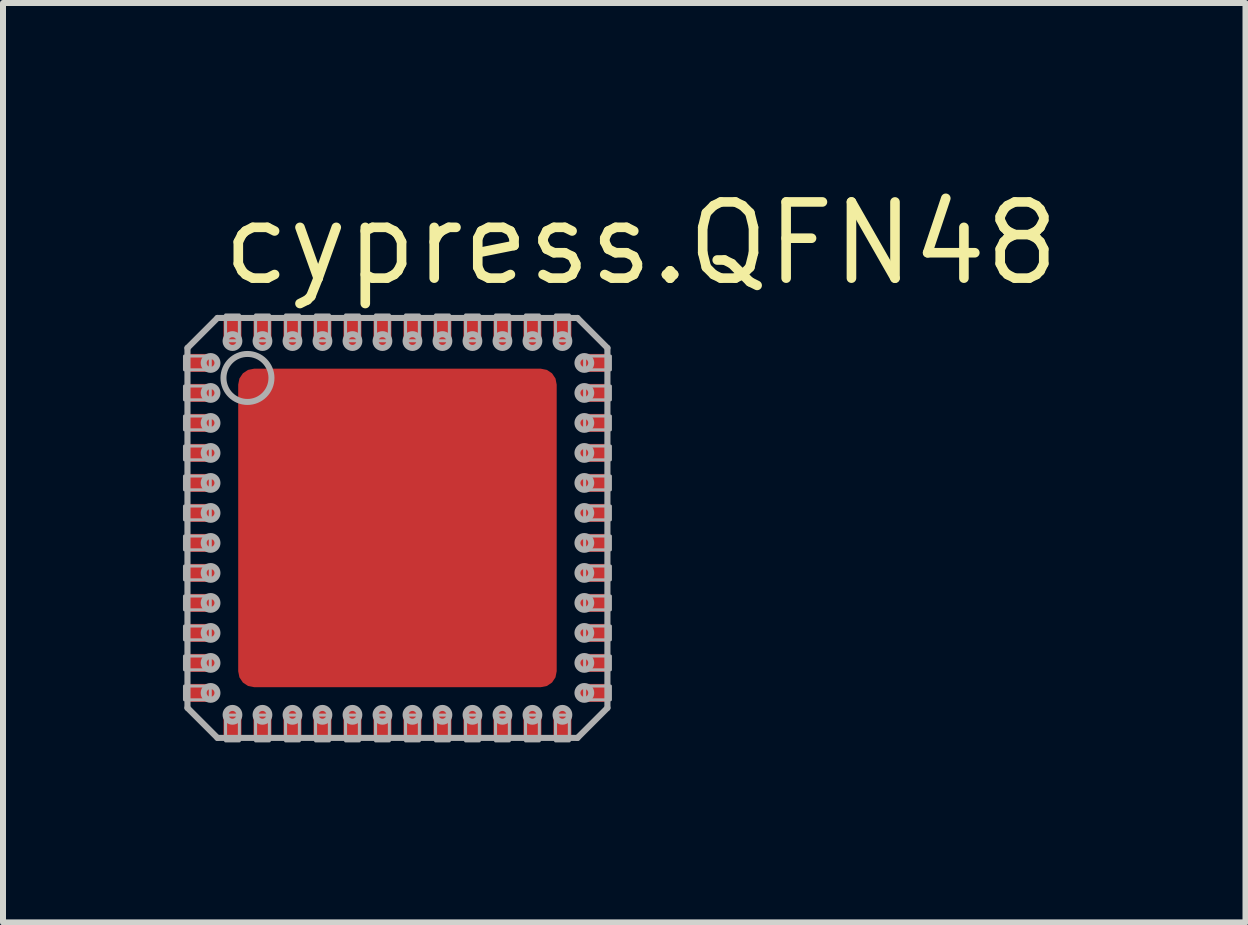
<source format=kicad_pcb>
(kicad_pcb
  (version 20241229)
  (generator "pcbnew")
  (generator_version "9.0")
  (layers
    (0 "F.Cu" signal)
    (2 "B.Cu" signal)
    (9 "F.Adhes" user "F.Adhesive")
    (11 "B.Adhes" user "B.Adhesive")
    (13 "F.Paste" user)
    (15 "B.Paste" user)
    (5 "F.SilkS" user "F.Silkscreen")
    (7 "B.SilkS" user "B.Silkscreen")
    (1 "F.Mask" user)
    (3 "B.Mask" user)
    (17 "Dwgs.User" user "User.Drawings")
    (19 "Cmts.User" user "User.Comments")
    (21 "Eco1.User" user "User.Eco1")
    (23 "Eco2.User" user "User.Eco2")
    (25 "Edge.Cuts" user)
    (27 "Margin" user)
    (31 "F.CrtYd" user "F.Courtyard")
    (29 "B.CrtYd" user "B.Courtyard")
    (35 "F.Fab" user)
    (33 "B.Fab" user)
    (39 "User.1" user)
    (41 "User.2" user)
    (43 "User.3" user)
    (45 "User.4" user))
  (footprint "cypress.QFN48"
    (layer "F.Cu")
    (at 3.575 5.75)
    (property "Reference" "cypress.QFN48" (at -3 -4 0) (layer "F.SilkS") (effects (font (size 1.27 1.27) (thickness 0.16)) (justify left bottom)))
    (attr smd)
    (fp_line (start -3.495 -2.845) (end -3.055 -2.845) (stroke (width 0.102) (type default)) (layer "F.Mask"))
    (fp_line (start -3.495 -2.655) (end -3.495 -2.845) (stroke (width 0.102) (type default)) (layer "F.Mask"))
    (fp_line (start -3.495 -2.345) (end -3.055 -2.345) (stroke (width 0.102) (type default)) (layer "F.Mask"))
    (fp_line (start -3.495 -2.155) (end -3.495 -2.345) (stroke (width 0.102) (type default)) (layer "F.Mask"))
    (fp_line (start -3.495 -1.845) (end -3.055 -1.845) (stroke (width 0.102) (type default)) (layer "F.Mask"))
    (fp_line (start -3.495 -1.655) (end -3.495 -1.845) (stroke (width 0.102) (type default)) (layer "F.Mask"))
    (fp_line (start -3.495 -1.345) (end -3.055 -1.345) (stroke (width 0.102) (type default)) (layer "F.Mask"))
    (fp_line (start -3.495 -1.155) (end -3.495 -1.345) (stroke (width 0.102) (type default)) (layer "F.Mask"))
    (fp_line (start -3.495 -0.845) (end -3.055 -0.845) (stroke (width 0.102) (type default)) (layer "F.Mask"))
    (fp_line (start -3.495 -0.655) (end -3.495 -0.845) (stroke (width 0.102) (type default)) (layer "F.Mask"))
    (fp_line (start -3.495 -0.345) (end -3.055 -0.345) (stroke (width 0.102) (type default)) (layer "F.Mask"))
    (fp_line (start -3.495 -0.155) (end -3.495 -0.345) (stroke (width 0.102) (type default)) (layer "F.Mask"))
    (fp_line (start -3.495 0.155) (end -3.055 0.155) (stroke (width 0.102) (type default)) (layer "F.Mask"))
    (fp_line (start -3.495 0.345) (end -3.495 0.155) (stroke (width 0.102) (type default)) (layer "F.Mask"))
    (fp_line (start -3.495 0.655) (end -3.055 0.655) (stroke (width 0.102) (type default)) (layer "F.Mask"))
    (fp_line (start -3.495 0.845) (end -3.495 0.655) (stroke (width 0.102) (type default)) (layer "F.Mask"))
    (fp_line (start -3.495 1.155) (end -3.055 1.155) (stroke (width 0.102) (type default)) (layer "F.Mask"))
    (fp_line (start -3.495 1.345) (end -3.495 1.155) (stroke (width 0.102) (type default)) (layer "F.Mask"))
    (fp_line (start -3.495 1.655) (end -3.055 1.655) (stroke (width 0.102) (type default)) (layer "F.Mask"))
    (fp_line (start -3.495 1.845) (end -3.495 1.655) (stroke (width 0.102) (type default)) (layer "F.Mask"))
    (fp_line (start -3.495 2.155) (end -3.055 2.155) (stroke (width 0.102) (type default)) (layer "F.Mask"))
    (fp_line (start -3.495 2.345) (end -3.495 2.155) (stroke (width 0.102) (type default)) (layer "F.Mask"))
    (fp_line (start -3.495 2.655) (end -3.055 2.655) (stroke (width 0.102) (type default)) (layer "F.Mask"))
    (fp_line (start -3.495 2.845) (end -3.495 2.655) (stroke (width 0.102) (type default)) (layer "F.Mask"))
    (fp_line (start -3.445 -2.75) (end -3.105 -2.75) (stroke (width 0.102) (type default)) (layer "F.Mask"))
    (fp_line (start -3.445 -2.25) (end -3.105 -2.25) (stroke (width 0.102) (type default)) (layer "F.Mask"))
    (fp_line (start -3.445 -1.75) (end -3.105 -1.75) (stroke (width 0.102) (type default)) (layer "F.Mask"))
    (fp_line (start -3.445 -1.25) (end -3.105 -1.25) (stroke (width 0.102) (type default)) (layer "F.Mask"))
    (fp_line (start -3.445 -0.75) (end -3.105 -0.75) (stroke (width 0.102) (type default)) (layer "F.Mask"))
    (fp_line (start -3.445 -0.25) (end -3.105 -0.25) (stroke (width 0.102) (type default)) (layer "F.Mask"))
    (fp_line (start -3.445 0.25) (end -3.105 0.25) (stroke (width 0.102) (type default)) (layer "F.Mask"))
    (fp_line (start -3.445 0.75) (end -3.105 0.75) (stroke (width 0.102) (type default)) (layer "F.Mask"))
    (fp_line (start -3.445 1.25) (end -3.105 1.25) (stroke (width 0.102) (type default)) (layer "F.Mask"))
    (fp_line (start -3.445 1.75) (end -3.105 1.75) (stroke (width 0.102) (type default)) (layer "F.Mask"))
    (fp_line (start -3.445 2.25) (end -3.105 2.25) (stroke (width 0.102) (type default)) (layer "F.Mask"))
    (fp_line (start -3.445 2.75) (end -3.105 2.75) (stroke (width 0.102) (type default)) (layer "F.Mask"))
    (fp_line (start -3.055 -2.845) (end -3.055 -2.655) (stroke (width 0.102) (type default)) (layer "F.Mask"))
    (fp_line (start -3.055 -2.655) (end -3.495 -2.655) (stroke (width 0.102) (type default)) (layer "F.Mask"))
    (fp_line (start -3.055 -2.345) (end -3.055 -2.155) (stroke (width 0.102) (type default)) (layer "F.Mask"))
    (fp_line (start -3.055 -2.155) (end -3.495 -2.155) (stroke (width 0.102) (type default)) (layer "F.Mask"))
    (fp_line (start -3.055 -1.845) (end -3.055 -1.655) (stroke (width 0.102) (type default)) (layer "F.Mask"))
    (fp_line (start -3.055 -1.655) (end -3.495 -1.655) (stroke (width 0.102) (type default)) (layer "F.Mask"))
    (fp_line (start -3.055 -1.345) (end -3.055 -1.155) (stroke (width 0.102) (type default)) (layer "F.Mask"))
    (fp_line (start -3.055 -1.155) (end -3.495 -1.155) (stroke (width 0.102) (type default)) (layer "F.Mask"))
    (fp_line (start -3.055 -0.845) (end -3.055 -0.655) (stroke (width 0.102) (type default)) (layer "F.Mask"))
    (fp_line (start -3.055 -0.655) (end -3.495 -0.655) (stroke (width 0.102) (type default)) (layer "F.Mask"))
    (fp_line (start -3.055 -0.345) (end -3.055 -0.155) (stroke (width 0.102) (type default)) (layer "F.Mask"))
    (fp_line (start -3.055 -0.155) (end -3.495 -0.155) (stroke (width 0.102) (type default)) (layer "F.Mask"))
    (fp_line (start -3.055 0.155) (end -3.055 0.345) (stroke (width 0.102) (type default)) (layer "F.Mask"))
    (fp_line (start -3.055 0.345) (end -3.495 0.345) (stroke (width 0.102) (type default)) (layer "F.Mask"))
    (fp_line (start -3.055 0.655) (end -3.055 0.845) (stroke (width 0.102) (type default)) (layer "F.Mask"))
    (fp_line (start -3.055 0.845) (end -3.495 0.845) (stroke (width 0.102) (type default)) (layer "F.Mask"))
    (fp_line (start -3.055 1.155) (end -3.055 1.345) (stroke (width 0.102) (type default)) (layer "F.Mask"))
    (fp_line (start -3.055 1.345) (end -3.495 1.345) (stroke (width 0.102) (type default)) (layer "F.Mask"))
    (fp_line (start -3.055 1.655) (end -3.055 1.845) (stroke (width 0.102) (type default)) (layer "F.Mask"))
    (fp_line (start -3.055 1.845) (end -3.495 1.845) (stroke (width 0.102) (type default)) (layer "F.Mask"))
    (fp_line (start -3.055 2.155) (end -3.055 2.345) (stroke (width 0.102) (type default)) (layer "F.Mask"))
    (fp_line (start -3.055 2.345) (end -3.495 2.345) (stroke (width 0.102) (type default)) (layer "F.Mask"))
    (fp_line (start -3.055 2.655) (end -3.055 2.845) (stroke (width 0.102) (type default)) (layer "F.Mask"))
    (fp_line (start -3.055 2.845) (end -3.495 2.845) (stroke (width 0.102) (type default)) (layer "F.Mask"))
    (fp_line (start -2.845 -3.495) (end -2.655 -3.495) (stroke (width 0.102) (type default)) (layer "F.Mask"))
    (fp_line (start -2.845 -3.055) (end -2.845 -3.495) (stroke (width 0.102) (type default)) (layer "F.Mask"))
    (fp_line (start -2.845 3.055) (end -2.655 3.055) (stroke (width 0.102) (type default)) (layer "F.Mask"))
    (fp_line (start -2.845 3.495) (end -2.845 3.055) (stroke (width 0.102) (type default)) (layer "F.Mask"))
    (fp_line (start -2.75 -3.445) (end -2.75 -3.105) (stroke (width 0.102) (type default)) (layer "F.Mask"))
    (fp_line (start -2.75 3.445) (end -2.75 3.105) (stroke (width 0.102) (type default)) (layer "F.Mask"))
    (fp_line (start -2.655 -3.495) (end -2.655 -3.055) (stroke (width 0.102) (type default)) (layer "F.Mask"))
    (fp_line (start -2.655 -3.055) (end -2.845 -3.055) (stroke (width 0.102) (type default)) (layer "F.Mask"))
    (fp_line (start -2.655 3.055) (end -2.655 3.495) (stroke (width 0.102) (type default)) (layer "F.Mask"))
    (fp_line (start -2.655 3.495) (end -2.845 3.495) (stroke (width 0.102) (type default)) (layer "F.Mask"))
    (fp_line (start -2.345 -3.495) (end -2.155 -3.495) (stroke (width 0.102) (type default)) (layer "F.Mask"))
    (fp_line (start -2.345 -3.055) (end -2.345 -3.495) (stroke (width 0.102) (type default)) (layer "F.Mask"))
    (fp_line (start -2.345 3.055) (end -2.155 3.055) (stroke (width 0.102) (type default)) (layer "F.Mask"))
    (fp_line (start -2.345 3.495) (end -2.345 3.055) (stroke (width 0.102) (type default)) (layer "F.Mask"))
    (fp_line (start -2.25 -3.445) (end -2.25 -3.105) (stroke (width 0.102) (type default)) (layer "F.Mask"))
    (fp_line (start -2.25 3.445) (end -2.25 3.105) (stroke (width 0.102) (type default)) (layer "F.Mask"))
    (fp_line (start -2.155 -3.495) (end -2.155 -3.055) (stroke (width 0.102) (type default)) (layer "F.Mask"))
    (fp_line (start -2.155 -3.055) (end -2.345 -3.055) (stroke (width 0.102) (type default)) (layer "F.Mask"))
    (fp_line (start -2.155 3.055) (end -2.155 3.495) (stroke (width 0.102) (type default)) (layer "F.Mask"))
    (fp_line (start -2.155 3.495) (end -2.345 3.495) (stroke (width 0.102) (type default)) (layer "F.Mask"))
    (fp_line (start -1.845 -3.495) (end -1.655 -3.495) (stroke (width 0.102) (type default)) (layer "F.Mask"))
    (fp_line (start -1.845 -3.055) (end -1.845 -3.495) (stroke (width 0.102) (type default)) (layer "F.Mask"))
    (fp_line (start -1.845 3.055) (end -1.655 3.055) (stroke (width 0.102) (type default)) (layer "F.Mask"))
    (fp_line (start -1.845 3.495) (end -1.845 3.055) (stroke (width 0.102) (type default)) (layer "F.Mask"))
    (fp_line (start -1.75 -3.445) (end -1.75 -3.105) (stroke (width 0.102) (type default)) (layer "F.Mask"))
    (fp_line (start -1.75 3.445) (end -1.75 3.105) (stroke (width 0.102) (type default)) (layer "F.Mask"))
    (fp_line (start -1.655 -3.495) (end -1.655 -3.055) (stroke (width 0.102) (type default)) (layer "F.Mask"))
    (fp_line (start -1.655 -3.055) (end -1.845 -3.055) (stroke (width 0.102) (type default)) (layer "F.Mask"))
    (fp_line (start -1.655 3.055) (end -1.655 3.495) (stroke (width 0.102) (type default)) (layer "F.Mask"))
    (fp_line (start -1.655 3.495) (end -1.845 3.495) (stroke (width 0.102) (type default)) (layer "F.Mask"))
    (fp_line (start -1.345 -3.495) (end -1.155 -3.495) (stroke (width 0.102) (type default)) (layer "F.Mask"))
    (fp_line (start -1.345 -3.055) (end -1.345 -3.495) (stroke (width 0.102) (type default)) (layer "F.Mask"))
    (fp_line (start -1.345 3.055) (end -1.155 3.055) (stroke (width 0.102) (type default)) (layer "F.Mask"))
    (fp_line (start -1.345 3.495) (end -1.345 3.055) (stroke (width 0.102) (type default)) (layer "F.Mask"))
    (fp_line (start -1.25 -3.445) (end -1.25 -3.105) (stroke (width 0.102) (type default)) (layer "F.Mask"))
    (fp_line (start -1.25 3.445) (end -1.25 3.105) (stroke (width 0.102) (type default)) (layer "F.Mask"))
    (fp_line (start -1.155 -3.495) (end -1.155 -3.055) (stroke (width 0.102) (type default)) (layer "F.Mask"))
    (fp_line (start -1.155 -3.055) (end -1.345 -3.055) (stroke (width 0.102) (type default)) (layer "F.Mask"))
    (fp_line (start -1.155 3.055) (end -1.155 3.495) (stroke (width 0.102) (type default)) (layer "F.Mask"))
    (fp_line (start -1.155 3.495) (end -1.345 3.495) (stroke (width 0.102) (type default)) (layer "F.Mask"))
    (fp_line (start -0.845 -3.495) (end -0.655 -3.495) (stroke (width 0.102) (type default)) (layer "F.Mask"))
    (fp_line (start -0.845 -3.055) (end -0.845 -3.495) (stroke (width 0.102) (type default)) (layer "F.Mask"))
    (fp_line (start -0.845 3.055) (end -0.655 3.055) (stroke (width 0.102) (type default)) (layer "F.Mask"))
    (fp_line (start -0.845 3.495) (end -0.845 3.055) (stroke (width 0.102) (type default)) (layer "F.Mask"))
    (fp_line (start -0.75 -3.445) (end -0.75 -3.105) (stroke (width 0.102) (type default)) (layer "F.Mask"))
    (fp_line (start -0.75 3.445) (end -0.75 3.105) (stroke (width 0.102) (type default)) (layer "F.Mask"))
    (fp_line (start -0.655 -3.495) (end -0.655 -3.055) (stroke (width 0.102) (type default)) (layer "F.Mask"))
    (fp_line (start -0.655 -3.055) (end -0.845 -3.055) (stroke (width 0.102) (type default)) (layer "F.Mask"))
    (fp_line (start -0.655 3.055) (end -0.655 3.495) (stroke (width 0.102) (type default)) (layer "F.Mask"))
    (fp_line (start -0.655 3.495) (end -0.845 3.495) (stroke (width 0.102) (type default)) (layer "F.Mask"))
    (fp_line (start -0.345 -3.495) (end -0.155 -3.495) (stroke (width 0.102) (type default)) (layer "F.Mask"))
    (fp_line (start -0.345 -3.055) (end -0.345 -3.495) (stroke (width 0.102) (type default)) (layer "F.Mask"))
    (fp_line (start -0.345 3.055) (end -0.155 3.055) (stroke (width 0.102) (type default)) (layer "F.Mask"))
    (fp_line (start -0.345 3.495) (end -0.345 3.055) (stroke (width 0.102) (type default)) (layer "F.Mask"))
    (fp_line (start -0.25 -3.445) (end -0.25 -3.105) (stroke (width 0.102) (type default)) (layer "F.Mask"))
    (fp_line (start -0.25 3.445) (end -0.25 3.105) (stroke (width 0.102) (type default)) (layer "F.Mask"))
    (fp_line (start -0.155 -3.495) (end -0.155 -3.055) (stroke (width 0.102) (type default)) (layer "F.Mask"))
    (fp_line (start -0.155 -3.055) (end -0.345 -3.055) (stroke (width 0.102) (type default)) (layer "F.Mask"))
    (fp_line (start -0.155 3.055) (end -0.155 3.495) (stroke (width 0.102) (type default)) (layer "F.Mask"))
    (fp_line (start -0.155 3.495) (end -0.345 3.495) (stroke (width 0.102) (type default)) (layer "F.Mask"))
    (fp_line (start 0.155 -3.495) (end 0.345 -3.495) (stroke (width 0.102) (type default)) (layer "F.Mask"))
    (fp_line (start 0.155 -3.055) (end 0.155 -3.495) (stroke (width 0.102) (type default)) (layer "F.Mask"))
    (fp_line (start 0.155 3.055) (end 0.345 3.055) (stroke (width 0.102) (type default)) (layer "F.Mask"))
    (fp_line (start 0.155 3.495) (end 0.155 3.055) (stroke (width 0.102) (type default)) (layer "F.Mask"))
    (fp_line (start 0.25 -3.445) (end 0.25 -3.105) (stroke (width 0.102) (type default)) (layer "F.Mask"))
    (fp_line (start 0.25 3.445) (end 0.25 3.105) (stroke (width 0.102) (type default)) (layer "F.Mask"))
    (fp_line (start 0.345 -3.495) (end 0.345 -3.055) (stroke (width 0.102) (type default)) (layer "F.Mask"))
    (fp_line (start 0.345 -3.055) (end 0.155 -3.055) (stroke (width 0.102) (type default)) (layer "F.Mask"))
    (fp_line (start 0.345 3.055) (end 0.345 3.495) (stroke (width 0.102) (type default)) (layer "F.Mask"))
    (fp_line (start 0.345 3.495) (end 0.155 3.495) (stroke (width 0.102) (type default)) (layer "F.Mask"))
    (fp_line (start 0.655 -3.495) (end 0.845 -3.495) (stroke (width 0.102) (type default)) (layer "F.Mask"))
    (fp_line (start 0.655 -3.055) (end 0.655 -3.495) (stroke (width 0.102) (type default)) (layer "F.Mask"))
    (fp_line (start 0.655 3.055) (end 0.845 3.055) (stroke (width 0.102) (type default)) (layer "F.Mask"))
    (fp_line (start 0.655 3.495) (end 0.655 3.055) (stroke (width 0.102) (type default)) (layer "F.Mask"))
    (fp_line (start 0.75 -3.445) (end 0.75 -3.105) (stroke (width 0.102) (type default)) (layer "F.Mask"))
    (fp_line (start 0.75 3.445) (end 0.75 3.105) (stroke (width 0.102) (type default)) (layer "F.Mask"))
    (fp_line (start 0.845 -3.495) (end 0.845 -3.055) (stroke (width 0.102) (type default)) (layer "F.Mask"))
    (fp_line (start 0.845 -3.055) (end 0.655 -3.055) (stroke (width 0.102) (type default)) (layer "F.Mask"))
    (fp_line (start 0.845 3.055) (end 0.845 3.495) (stroke (width 0.102) (type default)) (layer "F.Mask"))
    (fp_line (start 0.845 3.495) (end 0.655 3.495) (stroke (width 0.102) (type default)) (layer "F.Mask"))
    (fp_line (start 1.155 -3.495) (end 1.345 -3.495) (stroke (width 0.102) (type default)) (layer "F.Mask"))
    (fp_line (start 1.155 -3.055) (end 1.155 -3.495) (stroke (width 0.102) (type default)) (layer "F.Mask"))
    (fp_line (start 1.155 3.055) (end 1.345 3.055) (stroke (width 0.102) (type default)) (layer "F.Mask"))
    (fp_line (start 1.155 3.495) (end 1.155 3.055) (stroke (width 0.102) (type default)) (layer "F.Mask"))
    (fp_line (start 1.25 -3.445) (end 1.25 -3.105) (stroke (width 0.102) (type default)) (layer "F.Mask"))
    (fp_line (start 1.25 3.445) (end 1.25 3.105) (stroke (width 0.102) (type default)) (layer "F.Mask"))
    (fp_line (start 1.345 -3.495) (end 1.345 -3.055) (stroke (width 0.102) (type default)) (layer "F.Mask"))
    (fp_line (start 1.345 -3.055) (end 1.155 -3.055) (stroke (width 0.102) (type default)) (layer "F.Mask"))
    (fp_line (start 1.345 3.055) (end 1.345 3.495) (stroke (width 0.102) (type default)) (layer "F.Mask"))
    (fp_line (start 1.345 3.495) (end 1.155 3.495) (stroke (width 0.102) (type default)) (layer "F.Mask"))
    (fp_line (start 1.655 -3.495) (end 1.845 -3.495) (stroke (width 0.102) (type default)) (layer "F.Mask"))
    (fp_line (start 1.655 -3.055) (end 1.655 -3.495) (stroke (width 0.102) (type default)) (layer "F.Mask"))
    (fp_line (start 1.655 3.055) (end 1.845 3.055) (stroke (width 0.102) (type default)) (layer "F.Mask"))
    (fp_line (start 1.655 3.495) (end 1.655 3.055) (stroke (width 0.102) (type default)) (layer "F.Mask"))
    (fp_line (start 1.75 -3.445) (end 1.75 -3.105) (stroke (width 0.102) (type default)) (layer "F.Mask"))
    (fp_line (start 1.75 3.445) (end 1.75 3.105) (stroke (width 0.102) (type default)) (layer "F.Mask"))
    (fp_line (start 1.845 -3.495) (end 1.845 -3.055) (stroke (width 0.102) (type default)) (layer "F.Mask"))
    (fp_line (start 1.845 -3.055) (end 1.655 -3.055) (stroke (width 0.102) (type default)) (layer "F.Mask"))
    (fp_line (start 1.845 3.055) (end 1.845 3.495) (stroke (width 0.102) (type default)) (layer "F.Mask"))
    (fp_line (start 1.845 3.495) (end 1.655 3.495) (stroke (width 0.102) (type default)) (layer "F.Mask"))
    (fp_line (start 2.155 -3.495) (end 2.345 -3.495) (stroke (width 0.102) (type default)) (layer "F.Mask"))
    (fp_line (start 2.155 -3.055) (end 2.155 -3.495) (stroke (width 0.102) (type default)) (layer "F.Mask"))
    (fp_line (start 2.155 3.055) (end 2.345 3.055) (stroke (width 0.102) (type default)) (layer "F.Mask"))
    (fp_line (start 2.155 3.495) (end 2.155 3.055) (stroke (width 0.102) (type default)) (layer "F.Mask"))
    (fp_line (start 2.25 -3.445) (end 2.25 -3.105) (stroke (width 0.102) (type default)) (layer "F.Mask"))
    (fp_line (start 2.25 3.445) (end 2.25 3.105) (stroke (width 0.102) (type default)) (layer "F.Mask"))
    (fp_line (start 2.345 -3.495) (end 2.345 -3.055) (stroke (width 0.102) (type default)) (layer "F.Mask"))
    (fp_line (start 2.345 -3.055) (end 2.155 -3.055) (stroke (width 0.102) (type default)) (layer "F.Mask"))
    (fp_line (start 2.345 3.055) (end 2.345 3.495) (stroke (width 0.102) (type default)) (layer "F.Mask"))
    (fp_line (start 2.345 3.495) (end 2.155 3.495) (stroke (width 0.102) (type default)) (layer "F.Mask"))
    (fp_line (start 2.655 -3.495) (end 2.845 -3.495) (stroke (width 0.102) (type default)) (layer "F.Mask"))
    (fp_line (start 2.655 -3.055) (end 2.655 -3.495) (stroke (width 0.102) (type default)) (layer "F.Mask"))
    (fp_line (start 2.655 3.055) (end 2.845 3.055) (stroke (width 0.102) (type default)) (layer "F.Mask"))
    (fp_line (start 2.655 3.495) (end 2.655 3.055) (stroke (width 0.102) (type default)) (layer "F.Mask"))
    (fp_line (start 2.75 -3.445) (end 2.75 -3.105) (stroke (width 0.102) (type default)) (layer "F.Mask"))
    (fp_line (start 2.75 3.445) (end 2.75 3.105) (stroke (width 0.102) (type default)) (layer "F.Mask"))
    (fp_line (start 2.845 -3.495) (end 2.845 -3.055) (stroke (width 0.102) (type default)) (layer "F.Mask"))
    (fp_line (start 2.845 -3.055) (end 2.655 -3.055) (stroke (width 0.102) (type default)) (layer "F.Mask"))
    (fp_line (start 2.845 3.055) (end 2.845 3.495) (stroke (width 0.102) (type default)) (layer "F.Mask"))
    (fp_line (start 2.845 3.495) (end 2.655 3.495) (stroke (width 0.102) (type default)) (layer "F.Mask"))
    (fp_line (start 3.055 -2.845) (end 3.495 -2.845) (stroke (width 0.102) (type default)) (layer "F.Mask"))
    (fp_line (start 3.055 -2.655) (end 3.055 -2.845) (stroke (width 0.102) (type default)) (layer "F.Mask"))
    (fp_line (start 3.055 -2.345) (end 3.495 -2.345) (stroke (width 0.102) (type default)) (layer "F.Mask"))
    (fp_line (start 3.055 -2.155) (end 3.055 -2.345) (stroke (width 0.102) (type default)) (layer "F.Mask"))
    (fp_line (start 3.055 -1.845) (end 3.495 -1.845) (stroke (width 0.102) (type default)) (layer "F.Mask"))
    (fp_line (start 3.055 -1.655) (end 3.055 -1.845) (stroke (width 0.102) (type default)) (layer "F.Mask"))
    (fp_line (start 3.055 -1.345) (end 3.495 -1.345) (stroke (width 0.102) (type default)) (layer "F.Mask"))
    (fp_line (start 3.055 -1.155) (end 3.055 -1.345) (stroke (width 0.102) (type default)) (layer "F.Mask"))
    (fp_line (start 3.055 -0.845) (end 3.495 -0.845) (stroke (width 0.102) (type default)) (layer "F.Mask"))
    (fp_line (start 3.055 -0.655) (end 3.055 -0.845) (stroke (width 0.102) (type default)) (layer "F.Mask"))
    (fp_line (start 3.055 -0.345) (end 3.495 -0.345) (stroke (width 0.102) (type default)) (layer "F.Mask"))
    (fp_line (start 3.055 -0.155) (end 3.055 -0.345) (stroke (width 0.102) (type default)) (layer "F.Mask"))
    (fp_line (start 3.055 0.155) (end 3.495 0.155) (stroke (width 0.102) (type default)) (layer "F.Mask"))
    (fp_line (start 3.055 0.345) (end 3.055 0.155) (stroke (width 0.102) (type default)) (layer "F.Mask"))
    (fp_line (start 3.055 0.655) (end 3.495 0.655) (stroke (width 0.102) (type default)) (layer "F.Mask"))
    (fp_line (start 3.055 0.845) (end 3.055 0.655) (stroke (width 0.102) (type default)) (layer "F.Mask"))
    (fp_line (start 3.055 1.155) (end 3.495 1.155) (stroke (width 0.102) (type default)) (layer "F.Mask"))
    (fp_line (start 3.055 1.345) (end 3.055 1.155) (stroke (width 0.102) (type default)) (layer "F.Mask"))
    (fp_line (start 3.055 1.655) (end 3.495 1.655) (stroke (width 0.102) (type default)) (layer "F.Mask"))
    (fp_line (start 3.055 1.845) (end 3.055 1.655) (stroke (width 0.102) (type default)) (layer "F.Mask"))
    (fp_line (start 3.055 2.155) (end 3.495 2.155) (stroke (width 0.102) (type default)) (layer "F.Mask"))
    (fp_line (start 3.055 2.345) (end 3.055 2.155) (stroke (width 0.102) (type default)) (layer "F.Mask"))
    (fp_line (start 3.055 2.655) (end 3.495 2.655) (stroke (width 0.102) (type default)) (layer "F.Mask"))
    (fp_line (start 3.055 2.845) (end 3.055 2.655) (stroke (width 0.102) (type default)) (layer "F.Mask"))
    (fp_line (start 3.445 -2.75) (end 3.105 -2.75) (stroke (width 0.102) (type default)) (layer "F.Mask"))
    (fp_line (start 3.445 -2.25) (end 3.105 -2.25) (stroke (width 0.102) (type default)) (layer "F.Mask"))
    (fp_line (start 3.445 -1.75) (end 3.105 -1.75) (stroke (width 0.102) (type default)) (layer "F.Mask"))
    (fp_line (start 3.445 -1.25) (end 3.105 -1.25) (stroke (width 0.102) (type default)) (layer "F.Mask"))
    (fp_line (start 3.445 -0.75) (end 3.105 -0.75) (stroke (width 0.102) (type default)) (layer "F.Mask"))
    (fp_line (start 3.445 -0.25) (end 3.105 -0.25) (stroke (width 0.102) (type default)) (layer "F.Mask"))
    (fp_line (start 3.445 0.25) (end 3.105 0.25) (stroke (width 0.102) (type default)) (layer "F.Mask"))
    (fp_line (start 3.445 0.75) (end 3.105 0.75) (stroke (width 0.102) (type default)) (layer "F.Mask"))
    (fp_line (start 3.445 1.25) (end 3.105 1.25) (stroke (width 0.102) (type default)) (layer "F.Mask"))
    (fp_line (start 3.445 1.75) (end 3.105 1.75) (stroke (width 0.102) (type default)) (layer "F.Mask"))
    (fp_line (start 3.445 2.25) (end 3.105 2.25) (stroke (width 0.102) (type default)) (layer "F.Mask"))
    (fp_line (start 3.445 2.75) (end 3.105 2.75) (stroke (width 0.102) (type default)) (layer "F.Mask"))
    (fp_line (start 3.495 -2.845) (end 3.495 -2.655) (stroke (width 0.102) (type default)) (layer "F.Mask"))
    (fp_line (start 3.495 -2.655) (end 3.055 -2.655) (stroke (width 0.102) (type default)) (layer "F.Mask"))
    (fp_line (start 3.495 -2.345) (end 3.495 -2.155) (stroke (width 0.102) (type default)) (layer "F.Mask"))
    (fp_line (start 3.495 -2.155) (end 3.055 -2.155) (stroke (width 0.102) (type default)) (layer "F.Mask"))
    (fp_line (start 3.495 -1.845) (end 3.495 -1.655) (stroke (width 0.102) (type default)) (layer "F.Mask"))
    (fp_line (start 3.495 -1.655) (end 3.055 -1.655) (stroke (width 0.102) (type default)) (layer "F.Mask"))
    (fp_line (start 3.495 -1.345) (end 3.495 -1.155) (stroke (width 0.102) (type default)) (layer "F.Mask"))
    (fp_line (start 3.495 -1.155) (end 3.055 -1.155) (stroke (width 0.102) (type default)) (layer "F.Mask"))
    (fp_line (start 3.495 -0.845) (end 3.495 -0.655) (stroke (width 0.102) (type default)) (layer "F.Mask"))
    (fp_line (start 3.495 -0.655) (end 3.055 -0.655) (stroke (width 0.102) (type default)) (layer "F.Mask"))
    (fp_line (start 3.495 -0.345) (end 3.495 -0.155) (stroke (width 0.102) (type default)) (layer "F.Mask"))
    (fp_line (start 3.495 -0.155) (end 3.055 -0.155) (stroke (width 0.102) (type default)) (layer "F.Mask"))
    (fp_line (start 3.495 0.155) (end 3.495 0.345) (stroke (width 0.102) (type default)) (layer "F.Mask"))
    (fp_line (start 3.495 0.345) (end 3.055 0.345) (stroke (width 0.102) (type default)) (layer "F.Mask"))
    (fp_line (start 3.495 0.655) (end 3.495 0.845) (stroke (width 0.102) (type default)) (layer "F.Mask"))
    (fp_line (start 3.495 0.845) (end 3.055 0.845) (stroke (width 0.102) (type default)) (layer "F.Mask"))
    (fp_line (start 3.495 1.155) (end 3.495 1.345) (stroke (width 0.102) (type default)) (layer "F.Mask"))
    (fp_line (start 3.495 1.345) (end 3.055 1.345) (stroke (width 0.102) (type default)) (layer "F.Mask"))
    (fp_line (start 3.495 1.655) (end 3.495 1.845) (stroke (width 0.102) (type default)) (layer "F.Mask"))
    (fp_line (start 3.495 1.845) (end 3.055 1.845) (stroke (width 0.102) (type default)) (layer "F.Mask"))
    (fp_line (start 3.495 2.155) (end 3.495 2.345) (stroke (width 0.102) (type default)) (layer "F.Mask"))
    (fp_line (start 3.495 2.345) (end 3.055 2.345) (stroke (width 0.102) (type default)) (layer "F.Mask"))
    (fp_line (start 3.495 2.655) (end 3.495 2.845) (stroke (width 0.102) (type default)) (layer "F.Mask"))
    (fp_line (start 3.495 2.845) (end 3.055 2.845) (stroke (width 0.102) (type default)) (layer "F.Mask"))
    (fp_rect (start -2.54 2.54) (end 2.54 -2.54) (stroke (width 0.05) (type default)) (fill yes) (layer "F.Mask"))
    (fp_line (start -3.49 -2.84) (end -3.06 -2.84) (stroke (width 0.102) (type default)) (layer "F.Paste"))
    (fp_line (start -3.49 -2.66) (end -3.49 -2.84) (stroke (width 0.102) (type default)) (layer "F.Paste"))
    (fp_line (start -3.49 -2.34) (end -3.06 -2.34) (stroke (width 0.102) (type default)) (layer "F.Paste"))
    (fp_line (start -3.49 -2.16) (end -3.49 -2.34) (stroke (width 0.102) (type default)) (layer "F.Paste"))
    (fp_line (start -3.49 -1.84) (end -3.06 -1.84) (stroke (width 0.102) (type default)) (layer "F.Paste"))
    (fp_line (start -3.49 -1.66) (end -3.49 -1.84) (stroke (width 0.102) (type default)) (layer "F.Paste"))
    (fp_line (start -3.49 -1.34) (end -3.06 -1.34) (stroke (width 0.102) (type default)) (layer "F.Paste"))
    (fp_line (start -3.49 -1.16) (end -3.49 -1.34) (stroke (width 0.102) (type default)) (layer "F.Paste"))
    (fp_line (start -3.49 -0.84) (end -3.06 -0.84) (stroke (width 0.102) (type default)) (layer "F.Paste"))
    (fp_line (start -3.49 -0.66) (end -3.49 -0.84) (stroke (width 0.102) (type default)) (layer "F.Paste"))
    (fp_line (start -3.49 -0.34) (end -3.06 -0.34) (stroke (width 0.102) (type default)) (layer "F.Paste"))
    (fp_line (start -3.49 -0.16) (end -3.49 -0.34) (stroke (width 0.102) (type default)) (layer "F.Paste"))
    (fp_line (start -3.49 0.16) (end -3.06 0.16) (stroke (width 0.102) (type default)) (layer "F.Paste"))
    (fp_line (start -3.49 0.34) (end -3.49 0.16) (stroke (width 0.102) (type default)) (layer "F.Paste"))
    (fp_line (start -3.49 0.66) (end -3.06 0.66) (stroke (width 0.102) (type default)) (layer "F.Paste"))
    (fp_line (start -3.49 0.84) (end -3.49 0.66) (stroke (width 0.102) (type default)) (layer "F.Paste"))
    (fp_line (start -3.49 1.16) (end -3.06 1.16) (stroke (width 0.102) (type default)) (layer "F.Paste"))
    (fp_line (start -3.49 1.34) (end -3.49 1.16) (stroke (width 0.102) (type default)) (layer "F.Paste"))
    (fp_line (start -3.49 1.66) (end -3.06 1.66) (stroke (width 0.102) (type default)) (layer "F.Paste"))
    (fp_line (start -3.49 1.84) (end -3.49 1.66) (stroke (width 0.102) (type default)) (layer "F.Paste"))
    (fp_line (start -3.49 2.16) (end -3.06 2.16) (stroke (width 0.102) (type default)) (layer "F.Paste"))
    (fp_line (start -3.49 2.34) (end -3.49 2.16) (stroke (width 0.102) (type default)) (layer "F.Paste"))
    (fp_line (start -3.49 2.66) (end -3.06 2.66) (stroke (width 0.102) (type default)) (layer "F.Paste"))
    (fp_line (start -3.49 2.84) (end -3.49 2.66) (stroke (width 0.102) (type default)) (layer "F.Paste"))
    (fp_line (start -3.44 -2.75) (end -3.11 -2.75) (stroke (width 0.102) (type default)) (layer "F.Paste"))
    (fp_line (start -3.44 -2.25) (end -3.11 -2.25) (stroke (width 0.102) (type default)) (layer "F.Paste"))
    (fp_line (start -3.44 -1.75) (end -3.11 -1.75) (stroke (width 0.102) (type default)) (layer "F.Paste"))
    (fp_line (start -3.44 -1.25) (end -3.11 -1.25) (stroke (width 0.102) (type default)) (layer "F.Paste"))
    (fp_line (start -3.44 -0.75) (end -3.11 -0.75) (stroke (width 0.102) (type default)) (layer "F.Paste"))
    (fp_line (start -3.44 -0.25) (end -3.11 -0.25) (stroke (width 0.102) (type default)) (layer "F.Paste"))
    (fp_line (start -3.44 0.25) (end -3.11 0.25) (stroke (width 0.102) (type default)) (layer "F.Paste"))
    (fp_line (start -3.44 0.75) (end -3.11 0.75) (stroke (width 0.102) (type default)) (layer "F.Paste"))
    (fp_line (start -3.44 1.25) (end -3.11 1.25) (stroke (width 0.102) (type default)) (layer "F.Paste"))
    (fp_line (start -3.44 1.75) (end -3.11 1.75) (stroke (width 0.102) (type default)) (layer "F.Paste"))
    (fp_line (start -3.44 2.25) (end -3.11 2.25) (stroke (width 0.102) (type default)) (layer "F.Paste"))
    (fp_line (start -3.44 2.75) (end -3.11 2.75) (stroke (width 0.102) (type default)) (layer "F.Paste"))
    (fp_line (start -3.06 -2.84) (end -3.06 -2.66) (stroke (width 0.102) (type default)) (layer "F.Paste"))
    (fp_line (start -3.06 -2.66) (end -3.49 -2.66) (stroke (width 0.102) (type default)) (layer "F.Paste"))
    (fp_line (start -3.06 -2.34) (end -3.06 -2.16) (stroke (width 0.102) (type default)) (layer "F.Paste"))
    (fp_line (start -3.06 -2.16) (end -3.49 -2.16) (stroke (width 0.102) (type default)) (layer "F.Paste"))
    (fp_line (start -3.06 -1.84) (end -3.06 -1.66) (stroke (width 0.102) (type default)) (layer "F.Paste"))
    (fp_line (start -3.06 -1.66) (end -3.49 -1.66) (stroke (width 0.102) (type default)) (layer "F.Paste"))
    (fp_line (start -3.06 -1.34) (end -3.06 -1.16) (stroke (width 0.102) (type default)) (layer "F.Paste"))
    (fp_line (start -3.06 -1.16) (end -3.49 -1.16) (stroke (width 0.102) (type default)) (layer "F.Paste"))
    (fp_line (start -3.06 -0.84) (end -3.06 -0.66) (stroke (width 0.102) (type default)) (layer "F.Paste"))
    (fp_line (start -3.06 -0.66) (end -3.49 -0.66) (stroke (width 0.102) (type default)) (layer "F.Paste"))
    (fp_line (start -3.06 -0.34) (end -3.06 -0.16) (stroke (width 0.102) (type default)) (layer "F.Paste"))
    (fp_line (start -3.06 -0.16) (end -3.49 -0.16) (stroke (width 0.102) (type default)) (layer "F.Paste"))
    (fp_line (start -3.06 0.16) (end -3.06 0.34) (stroke (width 0.102) (type default)) (layer "F.Paste"))
    (fp_line (start -3.06 0.34) (end -3.49 0.34) (stroke (width 0.102) (type default)) (layer "F.Paste"))
    (fp_line (start -3.06 0.66) (end -3.06 0.84) (stroke (width 0.102) (type default)) (layer "F.Paste"))
    (fp_line (start -3.06 0.84) (end -3.49 0.84) (stroke (width 0.102) (type default)) (layer "F.Paste"))
    (fp_line (start -3.06 1.16) (end -3.06 1.34) (stroke (width 0.102) (type default)) (layer "F.Paste"))
    (fp_line (start -3.06 1.34) (end -3.49 1.34) (stroke (width 0.102) (type default)) (layer "F.Paste"))
    (fp_line (start -3.06 1.66) (end -3.06 1.84) (stroke (width 0.102) (type default)) (layer "F.Paste"))
    (fp_line (start -3.06 1.84) (end -3.49 1.84) (stroke (width 0.102) (type default)) (layer "F.Paste"))
    (fp_line (start -3.06 2.16) (end -3.06 2.34) (stroke (width 0.102) (type default)) (layer "F.Paste"))
    (fp_line (start -3.06 2.34) (end -3.49 2.34) (stroke (width 0.102) (type default)) (layer "F.Paste"))
    (fp_line (start -3.06 2.66) (end -3.06 2.84) (stroke (width 0.102) (type default)) (layer "F.Paste"))
    (fp_line (start -3.06 2.84) (end -3.49 2.84) (stroke (width 0.102) (type default)) (layer "F.Paste"))
    (fp_line (start -2.84 -3.49) (end -2.66 -3.49) (stroke (width 0.102) (type default)) (layer "F.Paste"))
    (fp_line (start -2.84 -3.06) (end -2.84 -3.49) (stroke (width 0.102) (type default)) (layer "F.Paste"))
    (fp_line (start -2.84 3.06) (end -2.66 3.06) (stroke (width 0.102) (type default)) (layer "F.Paste"))
    (fp_line (start -2.84 3.49) (end -2.84 3.06) (stroke (width 0.102) (type default)) (layer "F.Paste"))
    (fp_line (start -2.75 -3.44) (end -2.75 -3.11) (stroke (width 0.102) (type default)) (layer "F.Paste"))
    (fp_line (start -2.75 3.44) (end -2.75 3.11) (stroke (width 0.102) (type default)) (layer "F.Paste"))
    (fp_line (start -2.66 -3.49) (end -2.66 -3.06) (stroke (width 0.102) (type default)) (layer "F.Paste"))
    (fp_line (start -2.66 -3.06) (end -2.84 -3.06) (stroke (width 0.102) (type default)) (layer "F.Paste"))
    (fp_line (start -2.66 3.06) (end -2.66 3.49) (stroke (width 0.102) (type default)) (layer "F.Paste"))
    (fp_line (start -2.66 3.49) (end -2.84 3.49) (stroke (width 0.102) (type default)) (layer "F.Paste"))
    (fp_line (start -2.34 -3.49) (end -2.16 -3.49) (stroke (width 0.102) (type default)) (layer "F.Paste"))
    (fp_line (start -2.34 -3.06) (end -2.34 -3.49) (stroke (width 0.102) (type default)) (layer "F.Paste"))
    (fp_line (start -2.34 3.06) (end -2.16 3.06) (stroke (width 0.102) (type default)) (layer "F.Paste"))
    (fp_line (start -2.34 3.49) (end -2.34 3.06) (stroke (width 0.102) (type default)) (layer "F.Paste"))
    (fp_line (start -2.25 -3.44) (end -2.25 -3.11) (stroke (width 0.102) (type default)) (layer "F.Paste"))
    (fp_line (start -2.25 3.44) (end -2.25 3.11) (stroke (width 0.102) (type default)) (layer "F.Paste"))
    (fp_line (start -2.16 -3.49) (end -2.16 -3.06) (stroke (width 0.102) (type default)) (layer "F.Paste"))
    (fp_line (start -2.16 -3.06) (end -2.34 -3.06) (stroke (width 0.102) (type default)) (layer "F.Paste"))
    (fp_line (start -2.16 3.06) (end -2.16 3.49) (stroke (width 0.102) (type default)) (layer "F.Paste"))
    (fp_line (start -2.16 3.49) (end -2.34 3.49) (stroke (width 0.102) (type default)) (layer "F.Paste"))
    (fp_line (start -1.84 -3.49) (end -1.66 -3.49) (stroke (width 0.102) (type default)) (layer "F.Paste"))
    (fp_line (start -1.84 -3.06) (end -1.84 -3.49) (stroke (width 0.102) (type default)) (layer "F.Paste"))
    (fp_line (start -1.84 3.06) (end -1.66 3.06) (stroke (width 0.102) (type default)) (layer "F.Paste"))
    (fp_line (start -1.84 3.49) (end -1.84 3.06) (stroke (width 0.102) (type default)) (layer "F.Paste"))
    (fp_line (start -1.75 -3.44) (end -1.75 -3.11) (stroke (width 0.102) (type default)) (layer "F.Paste"))
    (fp_line (start -1.75 3.44) (end -1.75 3.11) (stroke (width 0.102) (type default)) (layer "F.Paste"))
    (fp_line (start -1.66 -3.49) (end -1.66 -3.06) (stroke (width 0.102) (type default)) (layer "F.Paste"))
    (fp_line (start -1.66 -3.06) (end -1.84 -3.06) (stroke (width 0.102) (type default)) (layer "F.Paste"))
    (fp_line (start -1.66 3.06) (end -1.66 3.49) (stroke (width 0.102) (type default)) (layer "F.Paste"))
    (fp_line (start -1.66 3.49) (end -1.84 3.49) (stroke (width 0.102) (type default)) (layer "F.Paste"))
    (fp_line (start -1.34 -3.49) (end -1.16 -3.49) (stroke (width 0.102) (type default)) (layer "F.Paste"))
    (fp_line (start -1.34 -3.06) (end -1.34 -3.49) (stroke (width 0.102) (type default)) (layer "F.Paste"))
    (fp_line (start -1.34 3.06) (end -1.16 3.06) (stroke (width 0.102) (type default)) (layer "F.Paste"))
    (fp_line (start -1.34 3.49) (end -1.34 3.06) (stroke (width 0.102) (type default)) (layer "F.Paste"))
    (fp_line (start -1.25 -3.44) (end -1.25 -3.11) (stroke (width 0.102) (type default)) (layer "F.Paste"))
    (fp_line (start -1.25 3.44) (end -1.25 3.11) (stroke (width 0.102) (type default)) (layer "F.Paste"))
    (fp_line (start -1.16 -3.49) (end -1.16 -3.06) (stroke (width 0.102) (type default)) (layer "F.Paste"))
    (fp_line (start -1.16 -3.06) (end -1.34 -3.06) (stroke (width 0.102) (type default)) (layer "F.Paste"))
    (fp_line (start -1.16 3.06) (end -1.16 3.49) (stroke (width 0.102) (type default)) (layer "F.Paste"))
    (fp_line (start -1.16 3.49) (end -1.34 3.49) (stroke (width 0.102) (type default)) (layer "F.Paste"))
    (fp_line (start -0.84 -3.49) (end -0.66 -3.49) (stroke (width 0.102) (type default)) (layer "F.Paste"))
    (fp_line (start -0.84 -3.06) (end -0.84 -3.49) (stroke (width 0.102) (type default)) (layer "F.Paste"))
    (fp_line (start -0.84 3.06) (end -0.66 3.06) (stroke (width 0.102) (type default)) (layer "F.Paste"))
    (fp_line (start -0.84 3.49) (end -0.84 3.06) (stroke (width 0.102) (type default)) (layer "F.Paste"))
    (fp_line (start -0.75 -3.44) (end -0.75 -3.11) (stroke (width 0.102) (type default)) (layer "F.Paste"))
    (fp_line (start -0.75 3.44) (end -0.75 3.11) (stroke (width 0.102) (type default)) (layer "F.Paste"))
    (fp_line (start -0.66 -3.49) (end -0.66 -3.06) (stroke (width 0.102) (type default)) (layer "F.Paste"))
    (fp_line (start -0.66 -3.06) (end -0.84 -3.06) (stroke (width 0.102) (type default)) (layer "F.Paste"))
    (fp_line (start -0.66 3.06) (end -0.66 3.49) (stroke (width 0.102) (type default)) (layer "F.Paste"))
    (fp_line (start -0.66 3.49) (end -0.84 3.49) (stroke (width 0.102) (type default)) (layer "F.Paste"))
    (fp_line (start -0.34 -3.49) (end -0.16 -3.49) (stroke (width 0.102) (type default)) (layer "F.Paste"))
    (fp_line (start -0.34 -3.06) (end -0.34 -3.49) (stroke (width 0.102) (type default)) (layer "F.Paste"))
    (fp_line (start -0.34 3.06) (end -0.16 3.06) (stroke (width 0.102) (type default)) (layer "F.Paste"))
    (fp_line (start -0.34 3.49) (end -0.34 3.06) (stroke (width 0.102) (type default)) (layer "F.Paste"))
    (fp_line (start -0.25 -3.44) (end -0.25 -3.11) (stroke (width 0.102) (type default)) (layer "F.Paste"))
    (fp_line (start -0.25 3.44) (end -0.25 3.11) (stroke (width 0.102) (type default)) (layer "F.Paste"))
    (fp_line (start -0.16 -3.49) (end -0.16 -3.06) (stroke (width 0.102) (type default)) (layer "F.Paste"))
    (fp_line (start -0.16 -3.06) (end -0.34 -3.06) (stroke (width 0.102) (type default)) (layer "F.Paste"))
    (fp_line (start -0.16 3.06) (end -0.16 3.49) (stroke (width 0.102) (type default)) (layer "F.Paste"))
    (fp_line (start -0.16 3.49) (end -0.34 3.49) (stroke (width 0.102) (type default)) (layer "F.Paste"))
    (fp_line (start 0.16 -3.49) (end 0.34 -3.49) (stroke (width 0.102) (type default)) (layer "F.Paste"))
    (fp_line (start 0.16 -3.06) (end 0.16 -3.49) (stroke (width 0.102) (type default)) (layer "F.Paste"))
    (fp_line (start 0.16 3.06) (end 0.34 3.06) (stroke (width 0.102) (type default)) (layer "F.Paste"))
    (fp_line (start 0.16 3.49) (end 0.16 3.06) (stroke (width 0.102) (type default)) (layer "F.Paste"))
    (fp_line (start 0.25 -3.44) (end 0.25 -3.11) (stroke (width 0.102) (type default)) (layer "F.Paste"))
    (fp_line (start 0.25 3.44) (end 0.25 3.11) (stroke (width 0.102) (type default)) (layer "F.Paste"))
    (fp_line (start 0.34 -3.49) (end 0.34 -3.06) (stroke (width 0.102) (type default)) (layer "F.Paste"))
    (fp_line (start 0.34 -3.06) (end 0.16 -3.06) (stroke (width 0.102) (type default)) (layer "F.Paste"))
    (fp_line (start 0.34 3.06) (end 0.34 3.49) (stroke (width 0.102) (type default)) (layer "F.Paste"))
    (fp_line (start 0.34 3.49) (end 0.16 3.49) (stroke (width 0.102) (type default)) (layer "F.Paste"))
    (fp_line (start 0.66 -3.49) (end 0.84 -3.49) (stroke (width 0.102) (type default)) (layer "F.Paste"))
    (fp_line (start 0.66 -3.06) (end 0.66 -3.49) (stroke (width 0.102) (type default)) (layer "F.Paste"))
    (fp_line (start 0.66 3.06) (end 0.84 3.06) (stroke (width 0.102) (type default)) (layer "F.Paste"))
    (fp_line (start 0.66 3.49) (end 0.66 3.06) (stroke (width 0.102) (type default)) (layer "F.Paste"))
    (fp_line (start 0.75 -3.44) (end 0.75 -3.11) (stroke (width 0.102) (type default)) (layer "F.Paste"))
    (fp_line (start 0.75 3.44) (end 0.75 3.11) (stroke (width 0.102) (type default)) (layer "F.Paste"))
    (fp_line (start 0.84 -3.49) (end 0.84 -3.06) (stroke (width 0.102) (type default)) (layer "F.Paste"))
    (fp_line (start 0.84 -3.06) (end 0.66 -3.06) (stroke (width 0.102) (type default)) (layer "F.Paste"))
    (fp_line (start 0.84 3.06) (end 0.84 3.49) (stroke (width 0.102) (type default)) (layer "F.Paste"))
    (fp_line (start 0.84 3.49) (end 0.66 3.49) (stroke (width 0.102) (type default)) (layer "F.Paste"))
    (fp_line (start 1.16 -3.49) (end 1.34 -3.49) (stroke (width 0.102) (type default)) (layer "F.Paste"))
    (fp_line (start 1.16 -3.06) (end 1.16 -3.49) (stroke (width 0.102) (type default)) (layer "F.Paste"))
    (fp_line (start 1.16 3.06) (end 1.34 3.06) (stroke (width 0.102) (type default)) (layer "F.Paste"))
    (fp_line (start 1.16 3.49) (end 1.16 3.06) (stroke (width 0.102) (type default)) (layer "F.Paste"))
    (fp_line (start 1.25 -3.44) (end 1.25 -3.11) (stroke (width 0.102) (type default)) (layer "F.Paste"))
    (fp_line (start 1.25 3.44) (end 1.25 3.11) (stroke (width 0.102) (type default)) (layer "F.Paste"))
    (fp_line (start 1.34 -3.49) (end 1.34 -3.06) (stroke (width 0.102) (type default)) (layer "F.Paste"))
    (fp_line (start 1.34 -3.06) (end 1.16 -3.06) (stroke (width 0.102) (type default)) (layer "F.Paste"))
    (fp_line (start 1.34 3.06) (end 1.34 3.49) (stroke (width 0.102) (type default)) (layer "F.Paste"))
    (fp_line (start 1.34 3.49) (end 1.16 3.49) (stroke (width 0.102) (type default)) (layer "F.Paste"))
    (fp_line (start 1.66 -3.49) (end 1.84 -3.49) (stroke (width 0.102) (type default)) (layer "F.Paste"))
    (fp_line (start 1.66 -3.06) (end 1.66 -3.49) (stroke (width 0.102) (type default)) (layer "F.Paste"))
    (fp_line (start 1.66 3.06) (end 1.84 3.06) (stroke (width 0.102) (type default)) (layer "F.Paste"))
    (fp_line (start 1.66 3.49) (end 1.66 3.06) (stroke (width 0.102) (type default)) (layer "F.Paste"))
    (fp_line (start 1.75 -3.44) (end 1.75 -3.11) (stroke (width 0.102) (type default)) (layer "F.Paste"))
    (fp_line (start 1.75 3.44) (end 1.75 3.11) (stroke (width 0.102) (type default)) (layer "F.Paste"))
    (fp_line (start 1.84 -3.49) (end 1.84 -3.06) (stroke (width 0.102) (type default)) (layer "F.Paste"))
    (fp_line (start 1.84 -3.06) (end 1.66 -3.06) (stroke (width 0.102) (type default)) (layer "F.Paste"))
    (fp_line (start 1.84 3.06) (end 1.84 3.49) (stroke (width 0.102) (type default)) (layer "F.Paste"))
    (fp_line (start 1.84 3.49) (end 1.66 3.49) (stroke (width 0.102) (type default)) (layer "F.Paste"))
    (fp_line (start 2.16 -3.49) (end 2.34 -3.49) (stroke (width 0.102) (type default)) (layer "F.Paste"))
    (fp_line (start 2.16 -3.06) (end 2.16 -3.49) (stroke (width 0.102) (type default)) (layer "F.Paste"))
    (fp_line (start 2.16 3.06) (end 2.34 3.06) (stroke (width 0.102) (type default)) (layer "F.Paste"))
    (fp_line (start 2.16 3.49) (end 2.16 3.06) (stroke (width 0.102) (type default)) (layer "F.Paste"))
    (fp_line (start 2.25 -3.44) (end 2.25 -3.11) (stroke (width 0.102) (type default)) (layer "F.Paste"))
    (fp_line (start 2.25 3.44) (end 2.25 3.11) (stroke (width 0.102) (type default)) (layer "F.Paste"))
    (fp_line (start 2.34 -3.49) (end 2.34 -3.06) (stroke (width 0.102) (type default)) (layer "F.Paste"))
    (fp_line (start 2.34 -3.06) (end 2.16 -3.06) (stroke (width 0.102) (type default)) (layer "F.Paste"))
    (fp_line (start 2.34 3.06) (end 2.34 3.49) (stroke (width 0.102) (type default)) (layer "F.Paste"))
    (fp_line (start 2.34 3.49) (end 2.16 3.49) (stroke (width 0.102) (type default)) (layer "F.Paste"))
    (fp_line (start 2.66 -3.49) (end 2.84 -3.49) (stroke (width 0.102) (type default)) (layer "F.Paste"))
    (fp_line (start 2.66 -3.06) (end 2.66 -3.49) (stroke (width 0.102) (type default)) (layer "F.Paste"))
    (fp_line (start 2.66 3.06) (end 2.84 3.06) (stroke (width 0.102) (type default)) (layer "F.Paste"))
    (fp_line (start 2.66 3.49) (end 2.66 3.06) (stroke (width 0.102) (type default)) (layer "F.Paste"))
    (fp_line (start 2.75 -3.44) (end 2.75 -3.11) (stroke (width 0.102) (type default)) (layer "F.Paste"))
    (fp_line (start 2.75 3.44) (end 2.75 3.11) (stroke (width 0.102) (type default)) (layer "F.Paste"))
    (fp_line (start 2.84 -3.49) (end 2.84 -3.06) (stroke (width 0.102) (type default)) (layer "F.Paste"))
    (fp_line (start 2.84 -3.06) (end 2.66 -3.06) (stroke (width 0.102) (type default)) (layer "F.Paste"))
    (fp_line (start 2.84 3.06) (end 2.84 3.49) (stroke (width 0.102) (type default)) (layer "F.Paste"))
    (fp_line (start 2.84 3.49) (end 2.66 3.49) (stroke (width 0.102) (type default)) (layer "F.Paste"))
    (fp_line (start 3.06 -2.84) (end 3.49 -2.84) (stroke (width 0.102) (type default)) (layer "F.Paste"))
    (fp_line (start 3.06 -2.66) (end 3.06 -2.84) (stroke (width 0.102) (type default)) (layer "F.Paste"))
    (fp_line (start 3.06 -2.34) (end 3.49 -2.34) (stroke (width 0.102) (type default)) (layer "F.Paste"))
    (fp_line (start 3.06 -2.16) (end 3.06 -2.34) (stroke (width 0.102) (type default)) (layer "F.Paste"))
    (fp_line (start 3.06 -1.84) (end 3.49 -1.84) (stroke (width 0.102) (type default)) (layer "F.Paste"))
    (fp_line (start 3.06 -1.66) (end 3.06 -1.84) (stroke (width 0.102) (type default)) (layer "F.Paste"))
    (fp_line (start 3.06 -1.34) (end 3.49 -1.34) (stroke (width 0.102) (type default)) (layer "F.Paste"))
    (fp_line (start 3.06 -1.16) (end 3.06 -1.34) (stroke (width 0.102) (type default)) (layer "F.Paste"))
    (fp_line (start 3.06 -0.84) (end 3.49 -0.84) (stroke (width 0.102) (type default)) (layer "F.Paste"))
    (fp_line (start 3.06 -0.66) (end 3.06 -0.84) (stroke (width 0.102) (type default)) (layer "F.Paste"))
    (fp_line (start 3.06 -0.34) (end 3.49 -0.34) (stroke (width 0.102) (type default)) (layer "F.Paste"))
    (fp_line (start 3.06 -0.16) (end 3.06 -0.34) (stroke (width 0.102) (type default)) (layer "F.Paste"))
    (fp_line (start 3.06 0.16) (end 3.49 0.16) (stroke (width 0.102) (type default)) (layer "F.Paste"))
    (fp_line (start 3.06 0.34) (end 3.06 0.16) (stroke (width 0.102) (type default)) (layer "F.Paste"))
    (fp_line (start 3.06 0.66) (end 3.49 0.66) (stroke (width 0.102) (type default)) (layer "F.Paste"))
    (fp_line (start 3.06 0.84) (end 3.06 0.66) (stroke (width 0.102) (type default)) (layer "F.Paste"))
    (fp_line (start 3.06 1.16) (end 3.49 1.16) (stroke (width 0.102) (type default)) (layer "F.Paste"))
    (fp_line (start 3.06 1.34) (end 3.06 1.16) (stroke (width 0.102) (type default)) (layer "F.Paste"))
    (fp_line (start 3.06 1.66) (end 3.49 1.66) (stroke (width 0.102) (type default)) (layer "F.Paste"))
    (fp_line (start 3.06 1.84) (end 3.06 1.66) (stroke (width 0.102) (type default)) (layer "F.Paste"))
    (fp_line (start 3.06 2.16) (end 3.49 2.16) (stroke (width 0.102) (type default)) (layer "F.Paste"))
    (fp_line (start 3.06 2.34) (end 3.06 2.16) (stroke (width 0.102) (type default)) (layer "F.Paste"))
    (fp_line (start 3.06 2.66) (end 3.49 2.66) (stroke (width 0.102) (type default)) (layer "F.Paste"))
    (fp_line (start 3.06 2.84) (end 3.06 2.66) (stroke (width 0.102) (type default)) (layer "F.Paste"))
    (fp_line (start 3.44 -2.75) (end 3.11 -2.75) (stroke (width 0.102) (type default)) (layer "F.Paste"))
    (fp_line (start 3.44 -2.25) (end 3.11 -2.25) (stroke (width 0.102) (type default)) (layer "F.Paste"))
    (fp_line (start 3.44 -1.75) (end 3.11 -1.75) (stroke (width 0.102) (type default)) (layer "F.Paste"))
    (fp_line (start 3.44 -1.25) (end 3.11 -1.25) (stroke (width 0.102) (type default)) (layer "F.Paste"))
    (fp_line (start 3.44 -0.75) (end 3.11 -0.75) (stroke (width 0.102) (type default)) (layer "F.Paste"))
    (fp_line (start 3.44 -0.25) (end 3.11 -0.25) (stroke (width 0.102) (type default)) (layer "F.Paste"))
    (fp_line (start 3.44 0.25) (end 3.11 0.25) (stroke (width 0.102) (type default)) (layer "F.Paste"))
    (fp_line (start 3.44 0.75) (end 3.11 0.75) (stroke (width 0.102) (type default)) (layer "F.Paste"))
    (fp_line (start 3.44 1.25) (end 3.11 1.25) (stroke (width 0.102) (type default)) (layer "F.Paste"))
    (fp_line (start 3.44 1.75) (end 3.11 1.75) (stroke (width 0.102) (type default)) (layer "F.Paste"))
    (fp_line (start 3.44 2.25) (end 3.11 2.25) (stroke (width 0.102) (type default)) (layer "F.Paste"))
    (fp_line (start 3.44 2.75) (end 3.11 2.75) (stroke (width 0.102) (type default)) (layer "F.Paste"))
    (fp_line (start 3.49 -2.84) (end 3.49 -2.66) (stroke (width 0.102) (type default)) (layer "F.Paste"))
    (fp_line (start 3.49 -2.66) (end 3.06 -2.66) (stroke (width 0.102) (type default)) (layer "F.Paste"))
    (fp_line (start 3.49 -2.34) (end 3.49 -2.16) (stroke (width 0.102) (type default)) (layer "F.Paste"))
    (fp_line (start 3.49 -2.16) (end 3.06 -2.16) (stroke (width 0.102) (type default)) (layer "F.Paste"))
    (fp_line (start 3.49 -1.84) (end 3.49 -1.66) (stroke (width 0.102) (type default)) (layer "F.Paste"))
    (fp_line (start 3.49 -1.66) (end 3.06 -1.66) (stroke (width 0.102) (type default)) (layer "F.Paste"))
    (fp_line (start 3.49 -1.34) (end 3.49 -1.16) (stroke (width 0.102) (type default)) (layer "F.Paste"))
    (fp_line (start 3.49 -1.16) (end 3.06 -1.16) (stroke (width 0.102) (type default)) (layer "F.Paste"))
    (fp_line (start 3.49 -0.84) (end 3.49 -0.66) (stroke (width 0.102) (type default)) (layer "F.Paste"))
    (fp_line (start 3.49 -0.66) (end 3.06 -0.66) (stroke (width 0.102) (type default)) (layer "F.Paste"))
    (fp_line (start 3.49 -0.34) (end 3.49 -0.16) (stroke (width 0.102) (type default)) (layer "F.Paste"))
    (fp_line (start 3.49 -0.16) (end 3.06 -0.16) (stroke (width 0.102) (type default)) (layer "F.Paste"))
    (fp_line (start 3.49 0.16) (end 3.49 0.34) (stroke (width 0.102) (type default)) (layer "F.Paste"))
    (fp_line (start 3.49 0.34) (end 3.06 0.34) (stroke (width 0.102) (type default)) (layer "F.Paste"))
    (fp_line (start 3.49 0.66) (end 3.49 0.84) (stroke (width 0.102) (type default)) (layer "F.Paste"))
    (fp_line (start 3.49 0.84) (end 3.06 0.84) (stroke (width 0.102) (type default)) (layer "F.Paste"))
    (fp_line (start 3.49 1.16) (end 3.49 1.34) (stroke (width 0.102) (type default)) (layer "F.Paste"))
    (fp_line (start 3.49 1.34) (end 3.06 1.34) (stroke (width 0.102) (type default)) (layer "F.Paste"))
    (fp_line (start 3.49 1.66) (end 3.49 1.84) (stroke (width 0.102) (type default)) (layer "F.Paste"))
    (fp_line (start 3.49 1.84) (end 3.06 1.84) (stroke (width 0.102) (type default)) (layer "F.Paste"))
    (fp_line (start 3.49 2.16) (end 3.49 2.34) (stroke (width 0.102) (type default)) (layer "F.Paste"))
    (fp_line (start 3.49 2.34) (end 3.06 2.34) (stroke (width 0.102) (type default)) (layer "F.Paste"))
    (fp_line (start 3.49 2.66) (end 3.49 2.84) (stroke (width 0.102) (type default)) (layer "F.Paste"))
    (fp_line (start 3.49 2.84) (end 3.06 2.84) (stroke (width 0.102) (type default)) (layer "F.Paste"))
    (fp_rect (start -2.46 2.46) (end 2.46 -2.46) (stroke (width 0.05) (type default)) (fill yes) (layer "F.Paste"))
    (fp_line (start -3.5 -3) (end -3 -3.5) (stroke (width 0.102) (type default)) (layer "F.Fab"))
    (fp_line (start -3.5 3) (end -3.5 -3) (stroke (width 0.102) (type default)) (layer "F.Fab"))
    (fp_line (start -3 -3.5) (end 3 -3.5) (stroke (width 0.102) (type default)) (layer "F.Fab"))
    (fp_line (start -3 3.5) (end -3.5 3) (stroke (width 0.102) (type default)) (layer "F.Fab"))
    (fp_line (start 3 -3.5) (end 3.5 -3) (stroke (width 0.102) (type default)) (layer "F.Fab"))
    (fp_line (start 3 3.5) (end -3 3.5) (stroke (width 0.102) (type default)) (layer "F.Fab"))
    (fp_line (start 3.5 -3) (end 3.5 3) (stroke (width 0.102) (type default)) (layer "F.Fab"))
    (fp_line (start 3.5 3) (end 3 3.5) (stroke (width 0.102) (type default)) (layer "F.Fab"))
    (fp_rect (start -3.55 -2.635) (end -3.12 -2.865) (stroke (width 0.05) (type default)) (fill no) (layer "F.Fab"))
    (fp_rect (start -3.55 -2.135) (end -3.12 -2.365) (stroke (width 0.05) (type default)) (fill no) (layer "F.Fab"))
    (fp_rect (start -3.55 -1.635) (end -3.12 -1.865) (stroke (width 0.05) (type default)) (fill no) (layer "F.Fab"))
    (fp_rect (start -3.55 -1.135) (end -3.12 -1.365) (stroke (width 0.05) (type default)) (fill no) (layer "F.Fab"))
    (fp_rect (start -3.55 -0.635) (end -3.12 -0.865) (stroke (width 0.05) (type default)) (fill no) (layer "F.Fab"))
    (fp_rect (start -3.55 -0.135) (end -3.12 -0.365) (stroke (width 0.05) (type default)) (fill no) (layer "F.Fab"))
    (fp_rect (start -3.55 0.365) (end -3.12 0.135) (stroke (width 0.05) (type default)) (fill no) (layer "F.Fab"))
    (fp_rect (start -3.55 0.865) (end -3.12 0.635) (stroke (width 0.05) (type default)) (fill no) (layer "F.Fab"))
    (fp_rect (start -3.55 1.365) (end -3.12 1.135) (stroke (width 0.05) (type default)) (fill no) (layer "F.Fab"))
    (fp_rect (start -3.55 1.865) (end -3.12 1.635) (stroke (width 0.05) (type default)) (fill no) (layer "F.Fab"))
    (fp_rect (start -3.55 2.365) (end -3.12 2.135) (stroke (width 0.05) (type default)) (fill no) (layer "F.Fab"))
    (fp_rect (start -3.55 2.865) (end -3.12 2.635) (stroke (width 0.05) (type default)) (fill no) (layer "F.Fab"))
    (fp_rect (start -2.865 -3.12) (end -2.635 -3.55) (stroke (width 0.05) (type default)) (fill no) (layer "F.Fab"))
    (fp_rect (start -2.865 3.55) (end -2.635 3.12) (stroke (width 0.05) (type default)) (fill no) (layer "F.Fab"))
    (fp_rect (start -2.365 -3.12) (end -2.135 -3.55) (stroke (width 0.05) (type default)) (fill no) (layer "F.Fab"))
    (fp_rect (start -2.365 3.55) (end -2.135 3.12) (stroke (width 0.05) (type default)) (fill no) (layer "F.Fab"))
    (fp_rect (start -1.865 -3.12) (end -1.635 -3.55) (stroke (width 0.05) (type default)) (fill no) (layer "F.Fab"))
    (fp_rect (start -1.865 3.55) (end -1.635 3.12) (stroke (width 0.05) (type default)) (fill no) (layer "F.Fab"))
    (fp_rect (start -1.365 -3.12) (end -1.135 -3.55) (stroke (width 0.05) (type default)) (fill no) (layer "F.Fab"))
    (fp_rect (start -1.365 3.55) (end -1.135 3.12) (stroke (width 0.05) (type default)) (fill no) (layer "F.Fab"))
    (fp_rect (start -0.865 -3.12) (end -0.635 -3.55) (stroke (width 0.05) (type default)) (fill no) (layer "F.Fab"))
    (fp_rect (start -0.865 3.55) (end -0.635 3.12) (stroke (width 0.05) (type default)) (fill no) (layer "F.Fab"))
    (fp_rect (start -0.365 -3.12) (end -0.135 -3.55) (stroke (width 0.05) (type default)) (fill no) (layer "F.Fab"))
    (fp_rect (start -0.365 3.55) (end -0.135 3.12) (stroke (width 0.05) (type default)) (fill no) (layer "F.Fab"))
    (fp_rect (start 0.135 -3.12) (end 0.365 -3.55) (stroke (width 0.05) (type default)) (fill no) (layer "F.Fab"))
    (fp_rect (start 0.135 3.55) (end 0.365 3.12) (stroke (width 0.05) (type default)) (fill no) (layer "F.Fab"))
    (fp_rect (start 0.635 -3.12) (end 0.865 -3.55) (stroke (width 0.05) (type default)) (fill no) (layer "F.Fab"))
    (fp_rect (start 0.635 3.55) (end 0.865 3.12) (stroke (width 0.05) (type default)) (fill no) (layer "F.Fab"))
    (fp_rect (start 1.135 -3.12) (end 1.365 -3.55) (stroke (width 0.05) (type default)) (fill no) (layer "F.Fab"))
    (fp_rect (start 1.135 3.55) (end 1.365 3.12) (stroke (width 0.05) (type default)) (fill no) (layer "F.Fab"))
    (fp_rect (start 1.635 -3.12) (end 1.865 -3.55) (stroke (width 0.05) (type default)) (fill no) (layer "F.Fab"))
    (fp_rect (start 1.635 3.55) (end 1.865 3.12) (stroke (width 0.05) (type default)) (fill no) (layer "F.Fab"))
    (fp_rect (start 2.135 -3.12) (end 2.365 -3.55) (stroke (width 0.05) (type default)) (fill no) (layer "F.Fab"))
    (fp_rect (start 2.135 3.55) (end 2.365 3.12) (stroke (width 0.05) (type default)) (fill no) (layer "F.Fab"))
    (fp_rect (start 2.635 -3.12) (end 2.865 -3.55) (stroke (width 0.05) (type default)) (fill no) (layer "F.Fab"))
    (fp_rect (start 2.635 3.55) (end 2.865 3.12) (stroke (width 0.05) (type default)) (fill no) (layer "F.Fab"))
    (fp_rect (start 3.12 -2.635) (end 3.55 -2.865) (stroke (width 0.05) (type default)) (fill no) (layer "F.Fab"))
    (fp_rect (start 3.12 -2.135) (end 3.55 -2.365) (stroke (width 0.05) (type default)) (fill no) (layer "F.Fab"))
    (fp_rect (start 3.12 -1.635) (end 3.55 -1.865) (stroke (width 0.05) (type default)) (fill no) (layer "F.Fab"))
    (fp_rect (start 3.12 -1.135) (end 3.55 -1.365) (stroke (width 0.05) (type default)) (fill no) (layer "F.Fab"))
    (fp_rect (start 3.12 -0.635) (end 3.55 -0.865) (stroke (width 0.05) (type default)) (fill no) (layer "F.Fab"))
    (fp_rect (start 3.12 -0.135) (end 3.55 -0.365) (stroke (width 0.05) (type default)) (fill no) (layer "F.Fab"))
    (fp_rect (start 3.12 0.365) (end 3.55 0.135) (stroke (width 0.05) (type default)) (fill no) (layer "F.Fab"))
    (fp_rect (start 3.12 0.865) (end 3.55 0.635) (stroke (width 0.05) (type default)) (fill no) (layer "F.Fab"))
    (fp_rect (start 3.12 1.365) (end 3.55 1.135) (stroke (width 0.05) (type default)) (fill no) (layer "F.Fab"))
    (fp_rect (start 3.12 1.865) (end 3.55 1.635) (stroke (width 0.05) (type default)) (fill no) (layer "F.Fab"))
    (fp_rect (start 3.12 2.365) (end 3.55 2.135) (stroke (width 0.05) (type default)) (fill no) (layer "F.Fab"))
    (fp_rect (start 3.12 2.865) (end 3.55 2.635) (stroke (width 0.05) (type default)) (fill no) (layer "F.Fab"))
    (fp_circle (center -3.115 -2.75) (end -3 -2.75) (stroke (width 0.1) (type default)) (fill no) (layer "F.Fab"))
    (fp_circle (center -3.115 -2.25) (end -3 -2.25) (stroke (width 0.1) (type default)) (fill no) (layer "F.Fab"))
    (fp_circle (center -3.115 -1.75) (end -3 -1.75) (stroke (width 0.1) (type default)) (fill no) (layer "F.Fab"))
    (fp_circle (center -3.115 -1.25) (end -3 -1.25) (stroke (width 0.1) (type default)) (fill no) (layer "F.Fab"))
    (fp_circle (center -3.115 -0.75) (end -3 -0.75) (stroke (width 0.1) (type default)) (fill no) (layer "F.Fab"))
    (fp_circle (center -3.115 -0.25) (end -3 -0.25) (stroke (width 0.1) (type default)) (fill no) (layer "F.Fab"))
    (fp_circle (center -3.115 0.25) (end -3 0.25) (stroke (width 0.1) (type default)) (fill no) (layer "F.Fab"))
    (fp_circle (center -3.115 0.75) (end -3 0.75) (stroke (width 0.1) (type default)) (fill no) (layer "F.Fab"))
    (fp_circle (center -3.115 1.25) (end -3 1.25) (stroke (width 0.1) (type default)) (fill no) (layer "F.Fab"))
    (fp_circle (center -3.115 1.75) (end -3 1.75) (stroke (width 0.1) (type default)) (fill no) (layer "F.Fab"))
    (fp_circle (center -3.115 2.25) (end -3 2.25) (stroke (width 0.1) (type default)) (fill no) (layer "F.Fab"))
    (fp_circle (center -3.115 2.75) (end -3 2.75) (stroke (width 0.1) (type default)) (fill no) (layer "F.Fab"))
    (fp_circle (center -2.75 -3.115) (end -2.635 -3.115) (stroke (width 0.1) (type default)) (fill no) (layer "F.Fab"))
    (fp_circle (center -2.75 3.115) (end -2.635 3.115) (stroke (width 0.1) (type default)) (fill no) (layer "F.Fab"))
    (fp_circle (center -2.5 -2.5) (end -2.1 -2.5) (stroke (width 0.1) (type default)) (fill no) (layer "F.Fab"))
    (fp_circle (center -2.25 -3.115) (end -2.135 -3.115) (stroke (width 0.1) (type default)) (fill no) (layer "F.Fab"))
    (fp_circle (center -2.25 3.115) (end -2.135 3.115) (stroke (width 0.1) (type default)) (fill no) (layer "F.Fab"))
    (fp_circle (center -1.75 -3.115) (end -1.635 -3.115) (stroke (width 0.1) (type default)) (fill no) (layer "F.Fab"))
    (fp_circle (center -1.75 3.115) (end -1.635 3.115) (stroke (width 0.1) (type default)) (fill no) (layer "F.Fab"))
    (fp_circle (center -1.25 -3.115) (end -1.135 -3.115) (stroke (width 0.1) (type default)) (fill no) (layer "F.Fab"))
    (fp_circle (center -1.25 3.115) (end -1.135 3.115) (stroke (width 0.1) (type default)) (fill no) (layer "F.Fab"))
    (fp_circle (center -0.75 -3.115) (end -0.635 -3.115) (stroke (width 0.1) (type default)) (fill no) (layer "F.Fab"))
    (fp_circle (center -0.75 3.115) (end -0.635 3.115) (stroke (width 0.1) (type default)) (fill no) (layer "F.Fab"))
    (fp_circle (center -0.25 -3.115) (end -0.135 -3.115) (stroke (width 0.1) (type default)) (fill no) (layer "F.Fab"))
    (fp_circle (center -0.25 3.115) (end -0.135 3.115) (stroke (width 0.1) (type default)) (fill no) (layer "F.Fab"))
    (fp_circle (center 0.25 -3.115) (end 0.365 -3.115) (stroke (width 0.1) (type default)) (fill no) (layer "F.Fab"))
    (fp_circle (center 0.25 3.115) (end 0.365 3.115) (stroke (width 0.1) (type default)) (fill no) (layer "F.Fab"))
    (fp_circle (center 0.75 -3.115) (end 0.865 -3.115) (stroke (width 0.1) (type default)) (fill no) (layer "F.Fab"))
    (fp_circle (center 0.75 3.115) (end 0.865 3.115) (stroke (width 0.1) (type default)) (fill no) (layer "F.Fab"))
    (fp_circle (center 1.25 -3.115) (end 1.365 -3.115) (stroke (width 0.1) (type default)) (fill no) (layer "F.Fab"))
    (fp_circle (center 1.25 3.115) (end 1.365 3.115) (stroke (width 0.1) (type default)) (fill no) (layer "F.Fab"))
    (fp_circle (center 1.75 -3.115) (end 1.865 -3.115) (stroke (width 0.1) (type default)) (fill no) (layer "F.Fab"))
    (fp_circle (center 1.75 3.115) (end 1.865 3.115) (stroke (width 0.1) (type default)) (fill no) (layer "F.Fab"))
    (fp_circle (center 2.25 -3.115) (end 2.365 -3.115) (stroke (width 0.1) (type default)) (fill no) (layer "F.Fab"))
    (fp_circle (center 2.25 3.115) (end 2.365 3.115) (stroke (width 0.1) (type default)) (fill no) (layer "F.Fab"))
    (fp_circle (center 2.75 -3.115) (end 2.865 -3.115) (stroke (width 0.1) (type default)) (fill no) (layer "F.Fab"))
    (fp_circle (center 2.75 3.115) (end 2.865 3.115) (stroke (width 0.1) (type default)) (fill no) (layer "F.Fab"))
    (fp_circle (center 3.115 -2.75) (end 3.23 -2.75) (stroke (width 0.1) (type default)) (fill no) (layer "F.Fab"))
    (fp_circle (center 3.115 -2.25) (end 3.23 -2.25) (stroke (width 0.1) (type default)) (fill no) (layer "F.Fab"))
    (fp_circle (center 3.115 -1.75) (end 3.23 -1.75) (stroke (width 0.1) (type default)) (fill no) (layer "F.Fab"))
    (fp_circle (center 3.115 -1.25) (end 3.23 -1.25) (stroke (width 0.1) (type default)) (fill no) (layer "F.Fab"))
    (fp_circle (center 3.115 -0.75) (end 3.23 -0.75) (stroke (width 0.1) (type default)) (fill no) (layer "F.Fab"))
    (fp_circle (center 3.115 -0.25) (end 3.23 -0.25) (stroke (width 0.1) (type default)) (fill no) (layer "F.Fab"))
    (fp_circle (center 3.115 0.25) (end 3.23 0.25) (stroke (width 0.1) (type default)) (fill no) (layer "F.Fab"))
    (fp_circle (center 3.115 0.75) (end 3.23 0.75) (stroke (width 0.1) (type default)) (fill no) (layer "F.Fab"))
    (fp_circle (center 3.115 1.25) (end 3.23 1.25) (stroke (width 0.1) (type default)) (fill no) (layer "F.Fab"))
    (fp_circle (center 3.115 1.75) (end 3.23 1.75) (stroke (width 0.1) (type default)) (fill no) (layer "F.Fab"))
    (fp_circle (center 3.115 2.25) (end 3.23 2.25) (stroke (width 0.1) (type default)) (fill no) (layer "F.Fab"))
    (fp_circle (center 3.115 2.75) (end 3.23 2.75) (stroke (width 0.1) (type default)) (fill no) (layer "F.Fab"))
    (pad "1" smd roundrect (at -3.275 -2.75 270) (size 0.3 0.55) (layers "F.Cu" "F.Mask" "F.Paste") (roundrect_rratio 0.3))
    (pad "2" smd roundrect (at -3.275 -2.25 270) (size 0.3 0.55) (layers "F.Cu" "F.Mask" "F.Paste") (roundrect_rratio 0.3))
    (pad "3" smd roundrect (at -3.275 -1.75 270) (size 0.3 0.55) (layers "F.Cu" "F.Mask" "F.Paste") (roundrect_rratio 0.3))
    (pad "4" smd roundrect (at -3.275 -1.25 270) (size 0.3 0.55) (layers "F.Cu" "F.Mask" "F.Paste") (roundrect_rratio 0.3))
    (pad "5" smd roundrect (at -3.275 -0.75 270) (size 0.3 0.55) (layers "F.Cu" "F.Mask" "F.Paste") (roundrect_rratio 0.3))
    (pad "6" smd roundrect (at -3.275 -0.25 270) (size 0.3 0.55) (layers "F.Cu" "F.Mask" "F.Paste") (roundrect_rratio 0.3))
    (pad "7" smd roundrect (at -3.275 0.25 270) (size 0.3 0.55) (layers "F.Cu" "F.Mask" "F.Paste") (roundrect_rratio 0.3))
    (pad "8" smd roundrect (at -3.275 0.75 270) (size 0.3 0.55) (layers "F.Cu" "F.Mask" "F.Paste") (roundrect_rratio 0.3))
    (pad "9" smd roundrect (at -3.275 1.25 270) (size 0.3 0.55) (layers "F.Cu" "F.Mask" "F.Paste") (roundrect_rratio 0.3))
    (pad "10" smd roundrect (at -3.275 1.75 270) (size 0.3 0.55) (layers "F.Cu" "F.Mask" "F.Paste") (roundrect_rratio 0.3))
    (pad "11" smd roundrect (at -3.275 2.25 270) (size 0.3 0.55) (layers "F.Cu" "F.Mask" "F.Paste") (roundrect_rratio 0.3))
    (pad "12" smd roundrect (at -3.275 2.75 270) (size 0.3 0.55) (layers "F.Cu" "F.Mask" "F.Paste") (roundrect_rratio 0.3))
    (pad "13" smd roundrect (at -2.75 3.275) (size 0.3 0.55) (layers "F.Cu" "F.Mask" "F.Paste") (roundrect_rratio 0.3))
    (pad "14" smd roundrect (at -2.25 3.275) (size 0.3 0.55) (layers "F.Cu" "F.Mask" "F.Paste") (roundrect_rratio 0.3))
    (pad "15" smd roundrect (at -1.75 3.275) (size 0.3 0.55) (layers "F.Cu" "F.Mask" "F.Paste") (roundrect_rratio 0.3))
    (pad "16" smd roundrect (at -1.25 3.275) (size 0.3 0.55) (layers "F.Cu" "F.Mask" "F.Paste") (roundrect_rratio 0.3))
    (pad "17" smd roundrect (at -0.75 3.275) (size 0.3 0.55) (layers "F.Cu" "F.Mask" "F.Paste") (roundrect_rratio 0.3))
    (pad "18" smd roundrect (at -0.25 3.275) (size 0.3 0.55) (layers "F.Cu" "F.Mask" "F.Paste") (roundrect_rratio 0.3))
    (pad "19" smd roundrect (at 0.25 3.275) (size 0.3 0.55) (layers "F.Cu" "F.Mask" "F.Paste") (roundrect_rratio 0.3))
    (pad "20" smd roundrect (at 0.75 3.275) (size 0.3 0.55) (layers "F.Cu" "F.Mask" "F.Paste") (roundrect_rratio 0.3))
    (pad "21" smd roundrect (at 1.25 3.275) (size 0.3 0.55) (layers "F.Cu" "F.Mask" "F.Paste") (roundrect_rratio 0.3))
    (pad "22" smd roundrect (at 1.75 3.275) (size 0.3 0.55) (layers "F.Cu" "F.Mask" "F.Paste") (roundrect_rratio 0.3))
    (pad "23" smd roundrect (at 2.25 3.275) (size 0.3 0.55) (layers "F.Cu" "F.Mask" "F.Paste") (roundrect_rratio 0.3))
    (pad "24" smd roundrect (at 2.75 3.275) (size 0.3 0.55) (layers "F.Cu" "F.Mask" "F.Paste") (roundrect_rratio 0.3))
    (pad "25" smd roundrect (at 3.275 2.75 90) (size 0.3 0.55) (layers "F.Cu" "F.Mask" "F.Paste") (roundrect_rratio 0.3))
    (pad "26" smd roundrect (at 3.275 2.25 90) (size 0.3 0.55) (layers "F.Cu" "F.Mask" "F.Paste") (roundrect_rratio 0.3))
    (pad "27" smd roundrect (at 3.275 1.75 90) (size 0.3 0.55) (layers "F.Cu" "F.Mask" "F.Paste") (roundrect_rratio 0.3))
    (pad "28" smd roundrect (at 3.275 1.25 90) (size 0.3 0.55) (layers "F.Cu" "F.Mask" "F.Paste") (roundrect_rratio 0.3))
    (pad "29" smd roundrect (at 3.275 0.75 90) (size 0.3 0.55) (layers "F.Cu" "F.Mask" "F.Paste") (roundrect_rratio 0.3))
    (pad "30" smd roundrect (at 3.275 0.25 90) (size 0.3 0.55) (layers "F.Cu" "F.Mask" "F.Paste") (roundrect_rratio 0.3))
    (pad "31" smd roundrect (at 3.275 -0.25 90) (size 0.3 0.55) (layers "F.Cu" "F.Mask" "F.Paste") (roundrect_rratio 0.3))
    (pad "32" smd roundrect (at 3.275 -0.75 90) (size 0.3 0.55) (layers "F.Cu" "F.Mask" "F.Paste") (roundrect_rratio 0.3))
    (pad "33" smd roundrect (at 3.275 -1.25 90) (size 0.3 0.55) (layers "F.Cu" "F.Mask" "F.Paste") (roundrect_rratio 0.3))
    (pad "34" smd roundrect (at 3.275 -1.75 90) (size 0.3 0.55) (layers "F.Cu" "F.Mask" "F.Paste") (roundrect_rratio 0.3))
    (pad "35" smd roundrect (at 3.275 -2.25 90) (size 0.3 0.55) (layers "F.Cu" "F.Mask" "F.Paste") (roundrect_rratio 0.3))
    (pad "36" smd roundrect (at 3.275 -2.75 90) (size 0.3 0.55) (layers "F.Cu" "F.Mask" "F.Paste") (roundrect_rratio 0.3))
    (pad "37" smd roundrect (at 2.75 -3.275 180) (size 0.3 0.55) (layers "F.Cu" "F.Mask" "F.Paste") (roundrect_rratio 0.3))
    (pad "38" smd roundrect (at 2.25 -3.275 180) (size 0.3 0.55) (layers "F.Cu" "F.Mask" "F.Paste") (roundrect_rratio 0.3))
    (pad "39" smd roundrect (at 1.75 -3.275 180) (size 0.3 0.55) (layers "F.Cu" "F.Mask" "F.Paste") (roundrect_rratio 0.3))
    (pad "40" smd roundrect (at 1.25 -3.275 180) (size 0.3 0.55) (layers "F.Cu" "F.Mask" "F.Paste") (roundrect_rratio 0.3))
    (pad "41" smd roundrect (at 0.75 -3.275 180) (size 0.3 0.55) (layers "F.Cu" "F.Mask" "F.Paste") (roundrect_rratio 0.3))
    (pad "42" smd roundrect (at 0.25 -3.275 180) (size 0.3 0.55) (layers "F.Cu" "F.Mask" "F.Paste") (roundrect_rratio 0.3))
    (pad "43" smd roundrect (at -0.25 -3.275 180) (size 0.3 0.55) (layers "F.Cu" "F.Mask" "F.Paste") (roundrect_rratio 0.3))
    (pad "44" smd roundrect (at -0.75 -3.275 180) (size 0.3 0.55) (layers "F.Cu" "F.Mask" "F.Paste") (roundrect_rratio 0.3))
    (pad "45" smd roundrect (at -1.25 -3.275 180) (size 0.3 0.55) (layers "F.Cu" "F.Mask" "F.Paste") (roundrect_rratio 0.3))
    (pad "46" smd roundrect (at -1.75 -3.275 180) (size 0.3 0.55) (layers "F.Cu" "F.Mask" "F.Paste") (roundrect_rratio 0.3))
    (pad "47" smd roundrect (at -2.25 -3.275 180) (size 0.3 0.55) (layers "F.Cu" "F.Mask" "F.Paste") (roundrect_rratio 0.3))
    (pad "48" smd roundrect (at -2.75 -3.275 180) (size 0.3 0.55) (layers "F.Cu" "F.Mask" "F.Paste") (roundrect_rratio 0.3))
    (pad "EXP" smd roundrect (at 0 0) (size 5.309 5.309) (layers "F.Cu" "F.Mask" "F.Paste") (roundrect_rratio 0.05)))
  (gr_rect
    (start -3 -3)
    (end 17.711 12.325)
    (stroke (width 0.1) (type default))
    (fill no)
    (layer "Edge.Cuts")))
</source>
